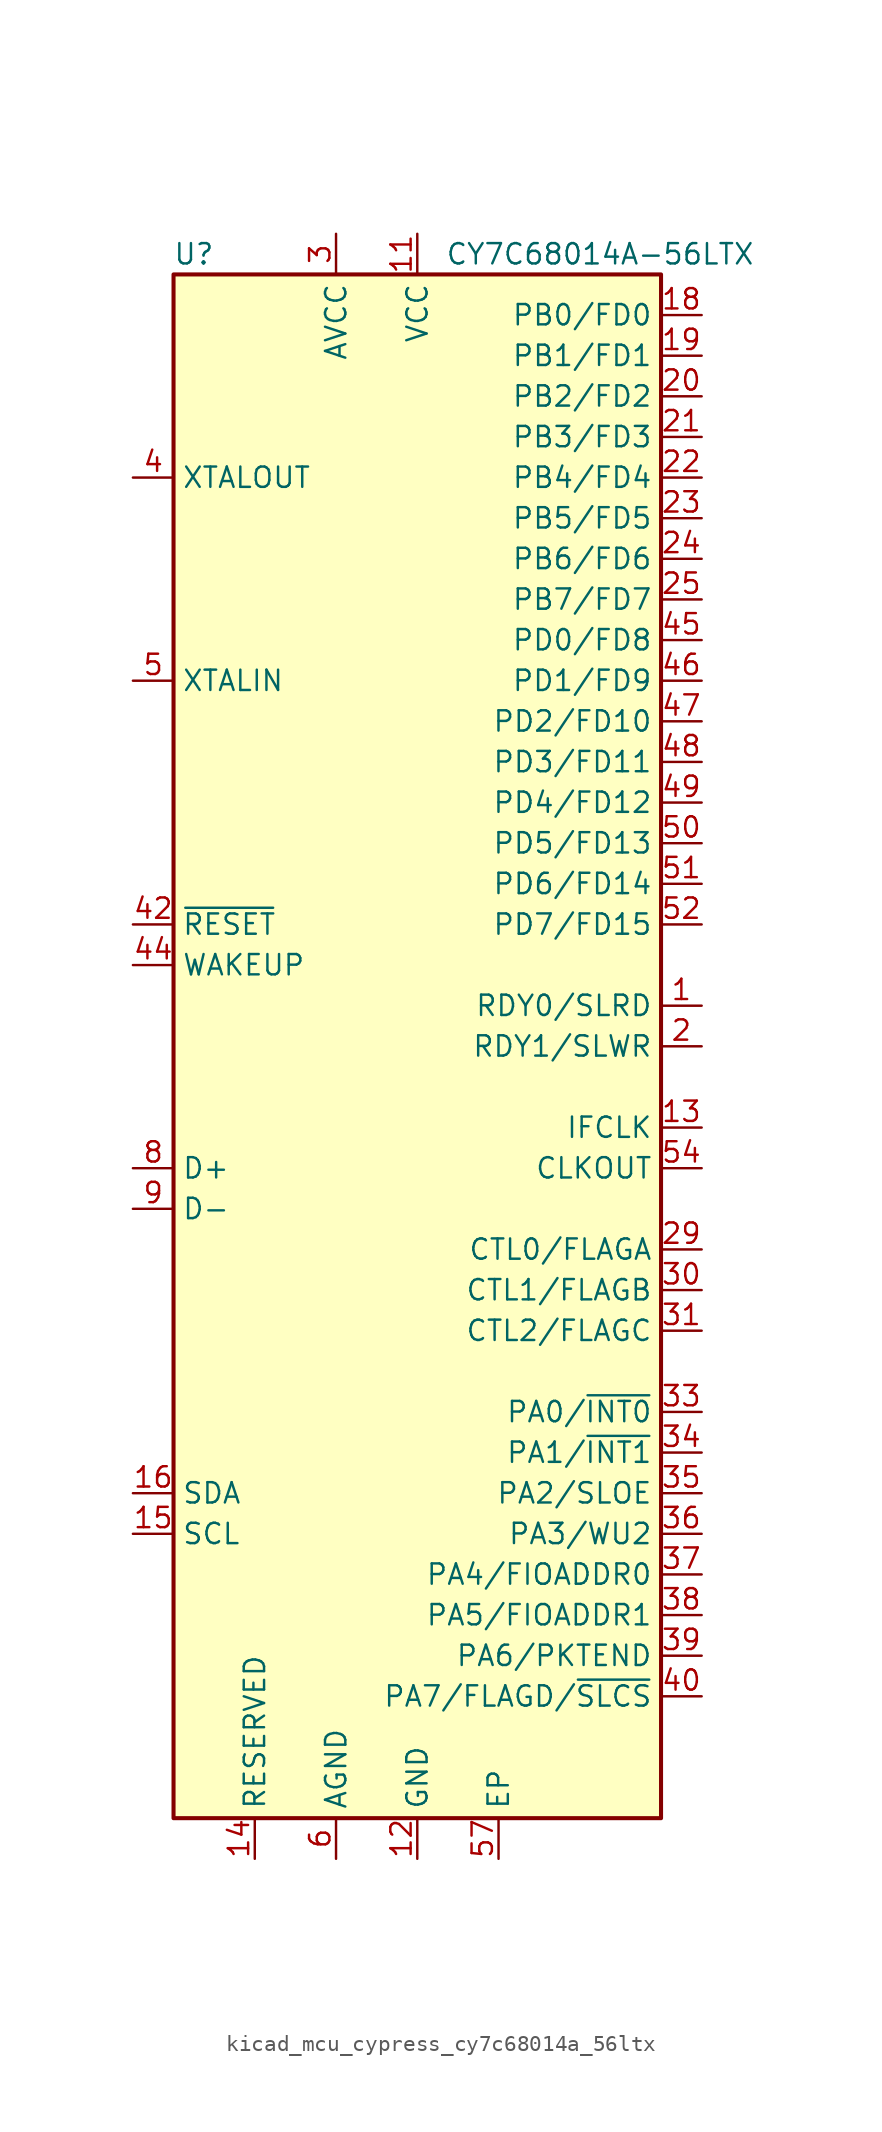
<source format=kicad_sym>
(kicad_symbol_lib
  (version 20220914)
  (generator kicad_symbol_editor)
  (symbol "kicad_mcu_cypress_cy7c68014a_56ltx"
    (property "Reference" "U"
      (at -13.97 49.53 0)
      (effects (font (size 1.27 1.27))))
    (property "Value" "CY7C68014A-56LTX"
      (at 11.43 49.53 0)
      (effects (font (size 1.27 1.27))))
    (symbol "kicad_mcu_cypress_cy7c68014a_56ltx_0_1"
      (rectangle (start -15.24 48.26) (end 15.24 -48.26) (stroke (width 0.254) (type default)) (fill (type background))))
    (symbol "kicad_mcu_cypress_cy7c68014a_56ltx_1_1"
      (pin input line (at 17.78 2.54 180) (length 2.54) (name "RDY0/SLRD" (effects (font (size 1.27 1.27)))) (number "1" (effects (font (size 1.27 1.27)))))
      (pin passive line (at -5.08 -50.8 90) (length 2.54) hide (name "AGND" (effects (font (size 1.27 1.27)))) (number "10" (effects (font (size 1.27 1.27)))))
      (pin power_in line (at 0 50.8 270) (length 2.54) (name "VCC" (effects (font (size 1.27 1.27)))) (number "11" (effects (font (size 1.27 1.27)))))
      (pin power_in line (at 0 -50.8 90) (length 2.54) (name "GND" (effects (font (size 1.27 1.27)))) (number "12" (effects (font (size 1.27 1.27)))))
      (pin bidirectional line (at 17.78 -5.08 180) (length 2.54) (name "IFCLK" (effects (font (size 1.27 1.27)))) (number "13" (effects (font (size 1.27 1.27)))))
      (pin input line (at -10.16 -50.8 90) (length 2.54) (name "RESERVED" (effects (font (size 1.27 1.27)))) (number "14" (effects (font (size 1.27 1.27)))))
      (pin input line (at -17.78 -30.48 0) (length 2.54) (name "SCL" (effects (font (size 1.27 1.27)))) (number "15" (effects (font (size 1.27 1.27)))))
      (pin bidirectional line (at -17.78 -27.94 0) (length 2.54) (name "SDA" (effects (font (size 1.27 1.27)))) (number "16" (effects (font (size 1.27 1.27)))))
      (pin passive line (at 0 50.8 270) (length 2.54) hide (name "VCC" (effects (font (size 1.27 1.27)))) (number "17" (effects (font (size 1.27 1.27)))))
      (pin bidirectional line (at 17.78 45.72 180) (length 2.54) (name "PB0/FD0" (effects (font (size 1.27 1.27)))) (number "18" (effects (font (size 1.27 1.27)))))
      (pin bidirectional line (at 17.78 43.18 180) (length 2.54) (name "PB1/FD1" (effects (font (size 1.27 1.27)))) (number "19" (effects (font (size 1.27 1.27)))))
      (pin input line (at 17.78 0 180) (length 2.54) (name "RDY1/SLWR" (effects (font (size 1.27 1.27)))) (number "2" (effects (font (size 1.27 1.27)))))
      (pin bidirectional line (at 17.78 40.64 180) (length 2.54) (name "PB2/FD2" (effects (font (size 1.27 1.27)))) (number "20" (effects (font (size 1.27 1.27)))))
      (pin bidirectional line (at 17.78 38.1 180) (length 2.54) (name "PB3/FD3" (effects (font (size 1.27 1.27)))) (number "21" (effects (font (size 1.27 1.27)))))
      (pin bidirectional line (at 17.78 35.56 180) (length 2.54) (name "PB4/FD4" (effects (font (size 1.27 1.27)))) (number "22" (effects (font (size 1.27 1.27)))))
      (pin bidirectional line (at 17.78 33.02 180) (length 2.54) (name "PB5/FD5" (effects (font (size 1.27 1.27)))) (number "23" (effects (font (size 1.27 1.27)))))
      (pin bidirectional line (at 17.78 30.48 180) (length 2.54) (name "PB6/FD6" (effects (font (size 1.27 1.27)))) (number "24" (effects (font (size 1.27 1.27)))))
      (pin bidirectional line (at 17.78 27.94 180) (length 2.54) (name "PB7/FD7" (effects (font (size 1.27 1.27)))) (number "25" (effects (font (size 1.27 1.27)))))
      (pin passive line (at 0 -50.8 90) (length 2.54) hide (name "GND" (effects (font (size 1.27 1.27)))) (number "26" (effects (font (size 1.27 1.27)))))
      (pin passive line (at 0 50.8 270) (length 2.54) hide (name "VCC" (effects (font (size 1.27 1.27)))) (number "27" (effects (font (size 1.27 1.27)))))
      (pin passive line (at 0 -50.8 90) (length 2.54) hide (name "GND" (effects (font (size 1.27 1.27)))) (number "28" (effects (font (size 1.27 1.27)))))
      (pin output line (at 17.78 -12.7 180) (length 2.54) (name "CTL0/FLAGA" (effects (font (size 1.27 1.27)))) (number "29" (effects (font (size 1.27 1.27)))))
      (pin power_in line (at -5.08 50.8 270) (length 2.54) (name "AVCC" (effects (font (size 1.27 1.27)))) (number "3" (effects (font (size 1.27 1.27)))))
      (pin output line (at 17.78 -15.24 180) (length 2.54) (name "CTL1/FLAGB" (effects (font (size 1.27 1.27)))) (number "30" (effects (font (size 1.27 1.27)))))
      (pin output line (at 17.78 -17.78 180) (length 2.54) (name "CTL2/FLAGC" (effects (font (size 1.27 1.27)))) (number "31" (effects (font (size 1.27 1.27)))))
      (pin passive line (at 0 50.8 270) (length 2.54) hide (name "VCC" (effects (font (size 1.27 1.27)))) (number "32" (effects (font (size 1.27 1.27)))))
      (pin bidirectional line (at 17.78 -22.86 180) (length 2.54) (name "PA0/~{INT0}" (effects (font (size 1.27 1.27)))) (number "33" (effects (font (size 1.27 1.27)))))
      (pin bidirectional line (at 17.78 -25.4 180) (length 2.54) (name "PA1/~{INT1}" (effects (font (size 1.27 1.27)))) (number "34" (effects (font (size 1.27 1.27)))))
      (pin bidirectional line (at 17.78 -27.94 180) (length 2.54) (name "PA2/SLOE" (effects (font (size 1.27 1.27)))) (number "35" (effects (font (size 1.27 1.27)))))
      (pin bidirectional line (at 17.78 -30.48 180) (length 2.54) (name "PA3/WU2" (effects (font (size 1.27 1.27)))) (number "36" (effects (font (size 1.27 1.27)))))
      (pin bidirectional line (at 17.78 -33.02 180) (length 2.54) (name "PA4/FIOADDR0" (effects (font (size 1.27 1.27)))) (number "37" (effects (font (size 1.27 1.27)))))
      (pin bidirectional line (at 17.78 -35.56 180) (length 2.54) (name "PA5/FIOADDR1" (effects (font (size 1.27 1.27)))) (number "38" (effects (font (size 1.27 1.27)))))
      (pin bidirectional line (at 17.78 -38.1 180) (length 2.54) (name "PA6/PKTEND" (effects (font (size 1.27 1.27)))) (number "39" (effects (font (size 1.27 1.27)))))
      (pin output line (at -17.78 35.56 0) (length 2.54) (name "XTALOUT" (effects (font (size 1.27 1.27)))) (number "4" (effects (font (size 1.27 1.27)))))
      (pin bidirectional line (at 17.78 -40.64 180) (length 2.54) (name "PA7/FLAGD/~{SLCS}" (effects (font (size 1.27 1.27)))) (number "40" (effects (font (size 1.27 1.27)))))
      (pin passive line (at 0 -50.8 90) (length 2.54) hide (name "GND" (effects (font (size 1.27 1.27)))) (number "41" (effects (font (size 1.27 1.27)))))
      (pin input line (at -17.78 7.62 0) (length 2.54) (name "~{RESET}" (effects (font (size 1.27 1.27)))) (number "42" (effects (font (size 1.27 1.27)))))
      (pin passive line (at 0 50.8 270) (length 2.54) hide (name "VCC" (effects (font (size 1.27 1.27)))) (number "43" (effects (font (size 1.27 1.27)))))
      (pin input line (at -17.78 5.08 0) (length 2.54) (name "WAKEUP" (effects (font (size 1.27 1.27)))) (number "44" (effects (font (size 1.27 1.27)))))
      (pin bidirectional line (at 17.78 25.4 180) (length 2.54) (name "PD0/FD8" (effects (font (size 1.27 1.27)))) (number "45" (effects (font (size 1.27 1.27)))))
      (pin bidirectional line (at 17.78 22.86 180) (length 2.54) (name "PD1/FD9" (effects (font (size 1.27 1.27)))) (number "46" (effects (font (size 1.27 1.27)))))
      (pin bidirectional line (at 17.78 20.32 180) (length 2.54) (name "PD2/FD10" (effects (font (size 1.27 1.27)))) (number "47" (effects (font (size 1.27 1.27)))))
      (pin bidirectional line (at 17.78 17.78 180) (length 2.54) (name "PD3/FD11" (effects (font (size 1.27 1.27)))) (number "48" (effects (font (size 1.27 1.27)))))
      (pin bidirectional line (at 17.78 15.24 180) (length 2.54) (name "PD4/FD12" (effects (font (size 1.27 1.27)))) (number "49" (effects (font (size 1.27 1.27)))))
      (pin input line (at -17.78 22.86 0) (length 2.54) (name "XTALIN" (effects (font (size 1.27 1.27)))) (number "5" (effects (font (size 1.27 1.27)))))
      (pin bidirectional line (at 17.78 12.7 180) (length 2.54) (name "PD5/FD13" (effects (font (size 1.27 1.27)))) (number "50" (effects (font (size 1.27 1.27)))))
      (pin bidirectional line (at 17.78 10.16 180) (length 2.54) (name "PD6/FD14" (effects (font (size 1.27 1.27)))) (number "51" (effects (font (size 1.27 1.27)))))
      (pin bidirectional line (at 17.78 7.62 180) (length 2.54) (name "PD7/FD15" (effects (font (size 1.27 1.27)))) (number "52" (effects (font (size 1.27 1.27)))))
      (pin passive line (at 0 -50.8 90) (length 2.54) hide (name "GND" (effects (font (size 1.27 1.27)))) (number "53" (effects (font (size 1.27 1.27)))))
      (pin output line (at 17.78 -7.62 180) (length 2.54) (name "CLKOUT" (effects (font (size 1.27 1.27)))) (number "54" (effects (font (size 1.27 1.27)))))
      (pin passive line (at 0 50.8 270) (length 2.54) hide (name "VCC" (effects (font (size 1.27 1.27)))) (number "55" (effects (font (size 1.27 1.27)))))
      (pin passive line (at 0 -50.8 90) (length 2.54) hide (name "GND" (effects (font (size 1.27 1.27)))) (number "56" (effects (font (size 1.27 1.27)))))
      (pin input line (at 5.08 -50.8 90) (length 2.54) (name "EP" (effects (font (size 1.27 1.27)))) (number "57" (effects (font (size 1.27 1.27)))))
      (pin power_in line (at -5.08 -50.8 90) (length 2.54) (name "AGND" (effects (font (size 1.27 1.27)))) (number "6" (effects (font (size 1.27 1.27)))))
      (pin passive line (at -5.08 50.8 270) (length 2.54) hide (name "AVCC" (effects (font (size 1.27 1.27)))) (number "7" (effects (font (size 1.27 1.27)))))
      (pin bidirectional line (at -17.78 -7.62 0) (length 2.54) (name "D+" (effects (font (size 1.27 1.27)))) (number "8" (effects (font (size 1.27 1.27)))))
      (pin bidirectional line (at -17.78 -10.16 0) (length 2.54) (name "D-" (effects (font (size 1.27 1.27)))) (number "9" (effects (font (size 1.27 1.27))))))))
</source>
